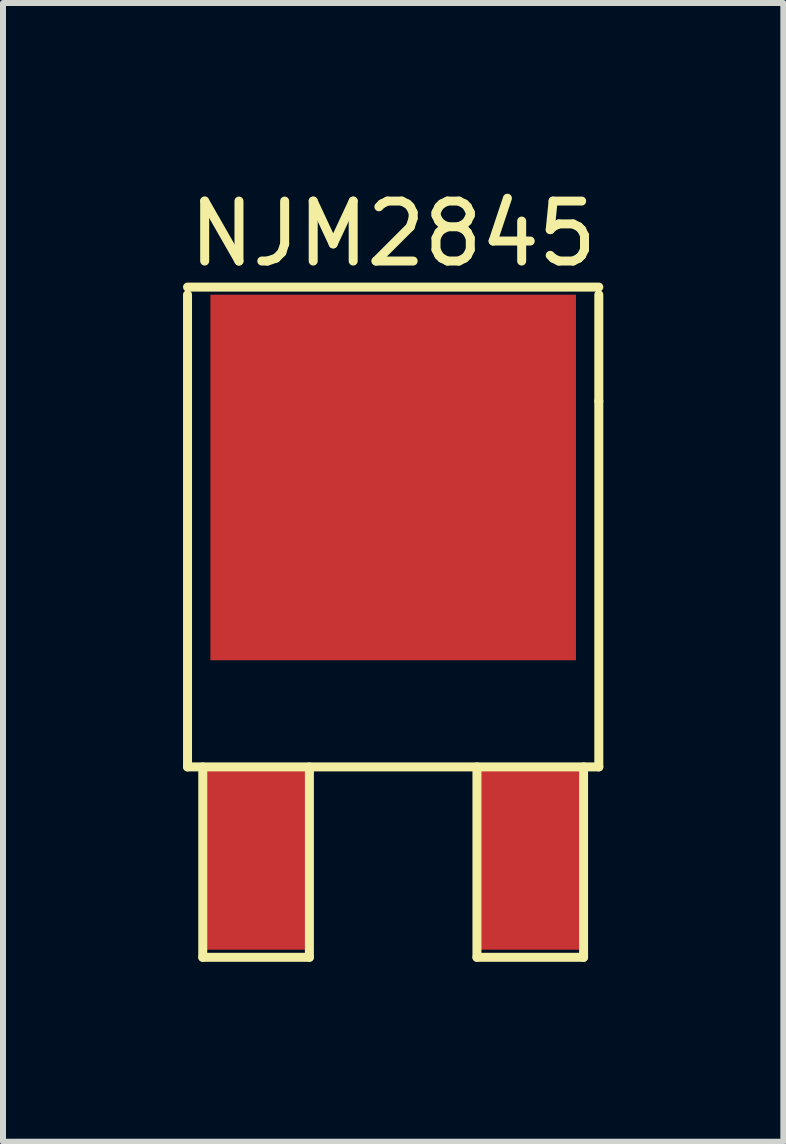
<source format=kicad_pcb>
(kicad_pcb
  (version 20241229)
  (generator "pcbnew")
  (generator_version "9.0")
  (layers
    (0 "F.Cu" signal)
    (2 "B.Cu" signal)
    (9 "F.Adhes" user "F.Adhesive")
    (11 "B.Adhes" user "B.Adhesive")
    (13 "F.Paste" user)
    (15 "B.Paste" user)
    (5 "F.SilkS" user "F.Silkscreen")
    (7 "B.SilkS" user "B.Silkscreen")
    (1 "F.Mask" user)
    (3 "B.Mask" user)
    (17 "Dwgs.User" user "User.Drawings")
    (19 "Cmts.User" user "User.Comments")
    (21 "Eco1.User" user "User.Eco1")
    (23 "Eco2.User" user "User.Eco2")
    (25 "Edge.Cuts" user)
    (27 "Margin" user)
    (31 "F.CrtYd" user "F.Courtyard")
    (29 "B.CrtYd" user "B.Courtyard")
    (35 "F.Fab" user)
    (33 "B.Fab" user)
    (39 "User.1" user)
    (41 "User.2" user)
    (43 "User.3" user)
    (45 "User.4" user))
  (footprint "NJM2845"
    (layer "F.Cu")
    (at 3.506 11.262)
    (property "Reference" "NJM2845" (at 0 -10.414 0) (layer "F.SilkS") (effects (font (size 1 1) (thickness 0.15))))
    (attr smd)
    (fp_line (start -3.429 -9.525) (end 3.429 -9.525) (stroke (width 0.15) (type solid)) (layer "F.SilkS"))
    (fp_line (start -3.429 -1.524) (end -3.429 -9.398) (stroke (width 0.15) (type solid)) (layer "F.SilkS"))
    (fp_line (start -3.175 -1.524) (end -3.175 1.651) (stroke (width 0.15) (type solid)) (layer "F.SilkS"))
    (fp_line (start -3.175 1.651) (end -1.397 1.651) (stroke (width 0.15) (type solid)) (layer "F.SilkS"))
    (fp_line (start -1.397 1.651) (end -1.397 -1.524) (stroke (width 0.15) (type solid)) (layer "F.SilkS"))
    (fp_line (start 1.397 -1.524) (end 1.397 1.651) (stroke (width 0.15) (type solid)) (layer "F.SilkS"))
    (fp_line (start 1.397 1.651) (end 3.175 1.651) (stroke (width 0.15) (type solid)) (layer "F.SilkS"))
    (fp_line (start 3.175 1.651) (end 3.175 -1.524) (stroke (width 0.15) (type solid)) (layer "F.SilkS"))
    (fp_line (start 3.429 -9.398) (end 3.429 -7.62) (stroke (width 0.15) (type solid)) (layer "F.SilkS"))
    (fp_line (start 3.429 -7.62) (end 3.429 -1.524) (stroke (width 0.15) (type solid)) (layer "F.SilkS"))
    (fp_line (start 3.429 -1.524) (end -3.429 -1.524) (stroke (width 0.15) (type solid)) (layer "F.SilkS"))
    (pad "1" smd rect (at -2.286 0) (size 1.651 3.048) (layers "F.Cu" "F.Mask" "F.Paste"))
    (pad "2" smd rect (at 0 -6.35) (size 6.096 6.096) (layers "F.Cu" "F.Mask" "F.Paste"))
    (pad "3" smd rect (at 2.286 0) (size 1.651 3.048) (layers "F.Cu" "F.Mask" "F.Paste")))
  (gr_rect
    (start -3 -3)
    (end 10.012 15.988)
    (stroke (width 0.1) (type default))
    (fill no)
    (layer "Edge.Cuts")))
</source>
